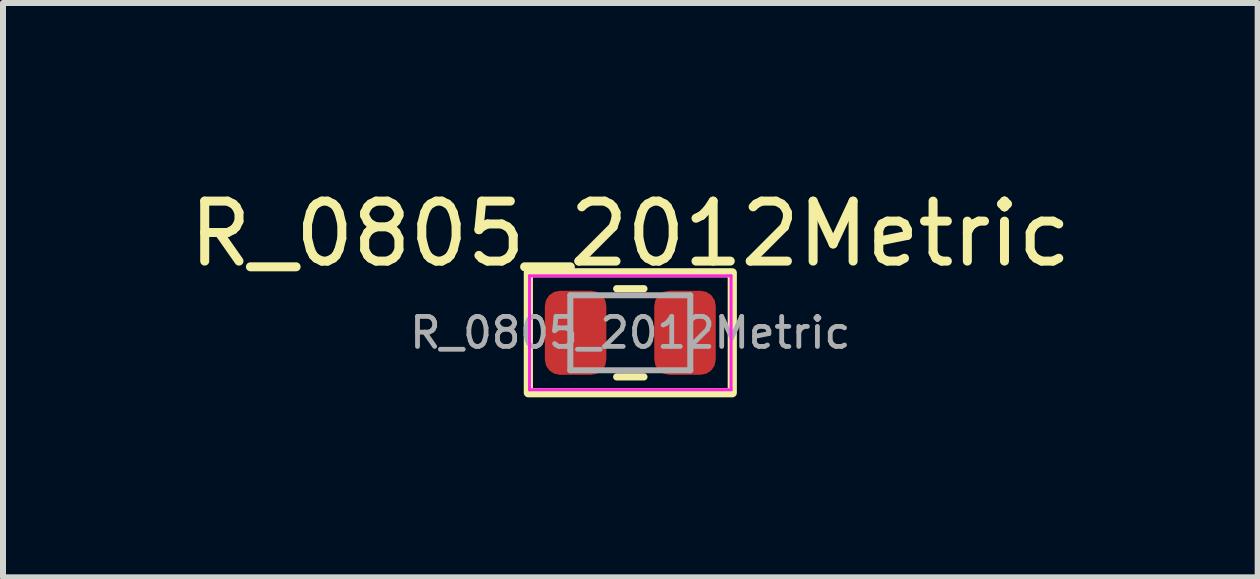
<source format=kicad_pcb>
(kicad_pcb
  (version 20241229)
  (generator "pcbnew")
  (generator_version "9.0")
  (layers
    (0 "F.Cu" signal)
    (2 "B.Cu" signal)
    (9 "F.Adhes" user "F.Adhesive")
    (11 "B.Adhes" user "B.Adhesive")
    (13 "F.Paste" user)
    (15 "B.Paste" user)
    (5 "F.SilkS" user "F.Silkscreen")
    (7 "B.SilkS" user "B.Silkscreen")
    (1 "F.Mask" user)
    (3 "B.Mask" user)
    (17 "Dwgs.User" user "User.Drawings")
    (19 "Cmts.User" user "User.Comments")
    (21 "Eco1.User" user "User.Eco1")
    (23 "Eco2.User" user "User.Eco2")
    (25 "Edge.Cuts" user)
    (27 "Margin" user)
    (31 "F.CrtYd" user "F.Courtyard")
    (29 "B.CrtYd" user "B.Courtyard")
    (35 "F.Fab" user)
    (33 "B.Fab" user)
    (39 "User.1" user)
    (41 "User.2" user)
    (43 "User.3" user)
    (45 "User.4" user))
  (footprint "R_0805_2012Metric"
    (layer "F.Cu")
    (at 7.458 2.498)
    (property "Reference" "R_0805_2012Metric" (at 0 -1.65 0) (layer "F.SilkS") (effects (font (size 1 1) (thickness 0.15))))
    (attr smd)
    (fp_line (start -0.227 -0.735) (end 0.227 -0.735) (stroke (width 0.12) (type solid)) (layer "F.SilkS"))
    (fp_line (start -0.227 0.735) (end 0.227 0.735) (stroke (width 0.12) (type solid)) (layer "F.SilkS"))
    (fp_rect (start -1.7 -1) (end 1.7 1) (stroke (width 0.153) (type solid)) (fill no) (layer "F.SilkS"))
    (fp_line (start -1.68 -0.95) (end 1.68 -0.95) (stroke (width 0.05) (type solid)) (layer "F.CrtYd"))
    (fp_line (start -1.68 0.95) (end -1.68 -0.95) (stroke (width 0.05) (type solid)) (layer "F.CrtYd"))
    (fp_line (start 1.68 -0.95) (end 1.68 0.95) (stroke (width 0.05) (type solid)) (layer "F.CrtYd"))
    (fp_line (start 1.68 0.95) (end -1.68 0.95) (stroke (width 0.05) (type solid)) (layer "F.CrtYd"))
    (fp_line (start -1 -0.625) (end 1 -0.625) (stroke (width 0.1) (type solid)) (layer "F.Fab"))
    (fp_line (start -1 0.625) (end -1 -0.625) (stroke (width 0.1) (type solid)) (layer "F.Fab"))
    (fp_line (start 1 -0.625) (end 1 0.625) (stroke (width 0.1) (type solid)) (layer "F.Fab"))
    (fp_line (start 1 0.625) (end -1 0.625) (stroke (width 0.1) (type solid)) (layer "F.Fab"))
    (fp_text user "${REFERENCE}" (at 0 0 0) (layer "F.Fab") (effects (font (size 0.5 0.5) (thickness 0.08))))
    (pad "1" smd roundrect (at -0.912 0) (size 1.025 1.4) (layers "F.Cu" "F.Mask" "F.Paste") (roundrect_rratio 0.244))
    (pad "2" smd roundrect (at 0.912 0) (size 1.025 1.4) (layers "F.Cu" "F.Mask" "F.Paste") (roundrect_rratio 0.244)))
  (gr_rect
    (start -3 -3)
    (end 17.917 6.575)
    (stroke (width 0.1) (type default))
    (fill no)
    (layer "Edge.Cuts")))
</source>
